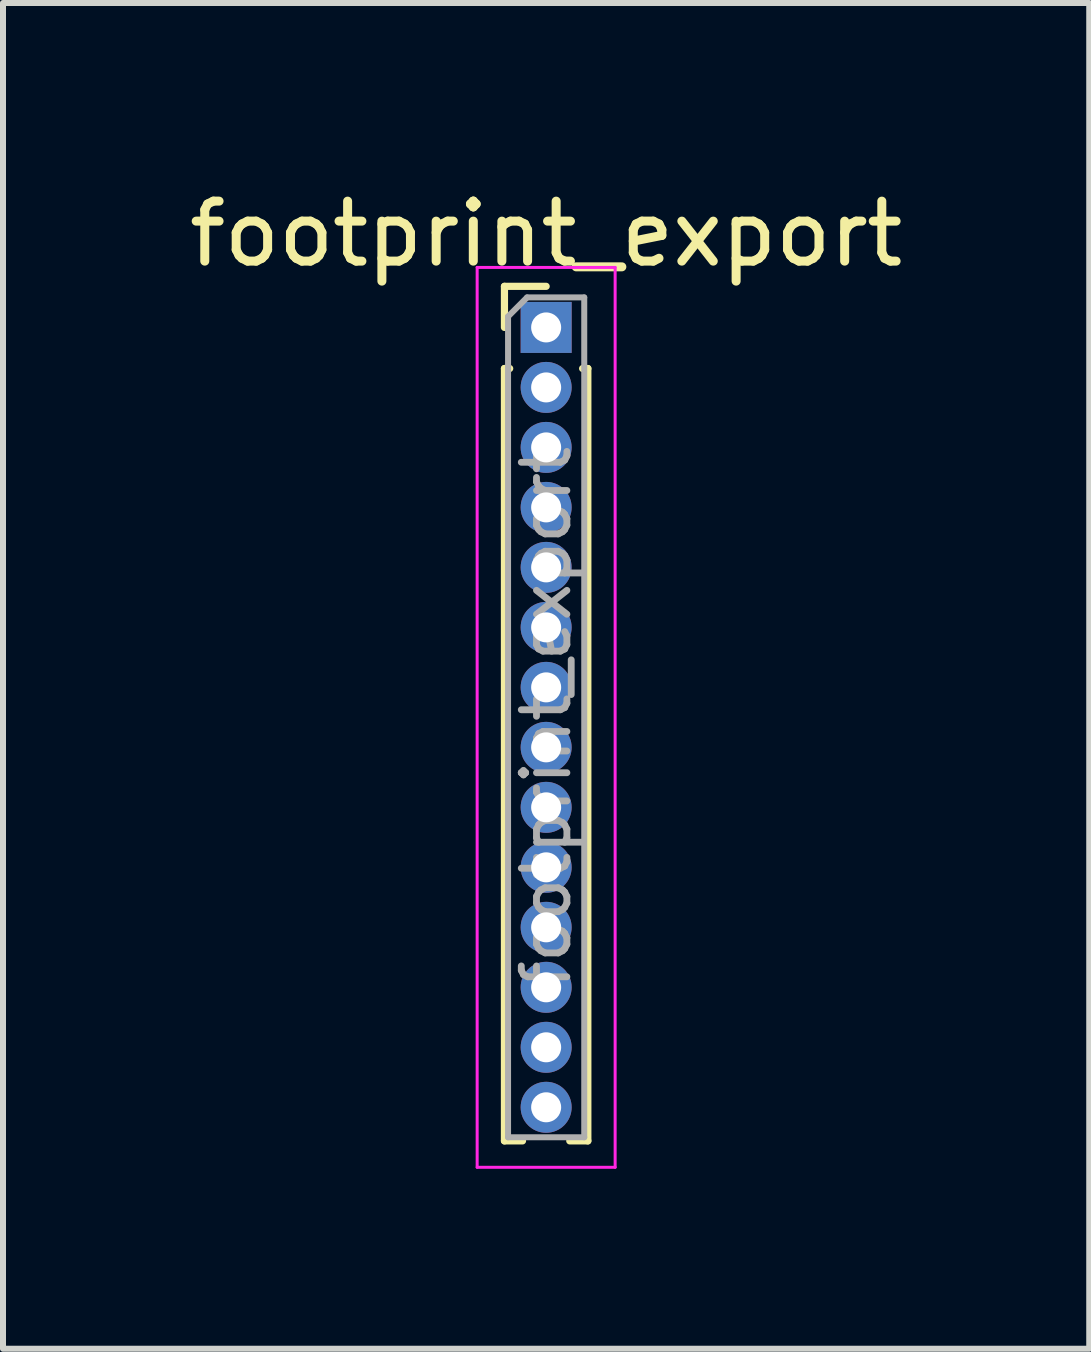
<source format=kicad_pcb>
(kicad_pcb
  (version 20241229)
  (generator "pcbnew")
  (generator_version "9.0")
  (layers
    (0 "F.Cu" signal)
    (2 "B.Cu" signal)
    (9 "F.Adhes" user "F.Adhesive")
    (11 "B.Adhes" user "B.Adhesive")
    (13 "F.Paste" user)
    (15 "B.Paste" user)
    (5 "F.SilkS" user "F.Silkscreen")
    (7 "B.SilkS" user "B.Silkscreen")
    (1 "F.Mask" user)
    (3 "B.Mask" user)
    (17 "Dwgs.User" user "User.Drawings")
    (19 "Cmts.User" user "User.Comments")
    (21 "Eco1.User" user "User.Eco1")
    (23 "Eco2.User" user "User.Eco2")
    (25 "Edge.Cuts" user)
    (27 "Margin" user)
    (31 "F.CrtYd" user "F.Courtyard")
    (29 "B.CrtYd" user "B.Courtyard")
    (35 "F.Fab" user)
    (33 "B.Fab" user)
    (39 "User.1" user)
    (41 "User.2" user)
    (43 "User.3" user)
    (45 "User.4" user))
  (footprint "footprint_export"
    (layer "F.Cu")
    (at 6.054 2.408)
    (property "Reference" "footprint_export" (at 0 -1.56 0) (layer "F.SilkS") (effects (font (size 1 1) (thickness 0.15))))
    (attr through_hole)
    (fp_line (start -0.695 -0.685) (end 0 -0.685) (stroke (width 0.12) (type solid)) (layer "F.SilkS"))
    (fp_line (start -0.695 0) (end -0.695 -0.685) (stroke (width 0.12) (type solid)) (layer "F.SilkS"))
    (fp_line (start -0.695 0.685) (end -0.695 13.56) (stroke (width 0.12) (type solid)) (layer "F.SilkS"))
    (fp_line (start -0.695 0.685) (end -0.608 0.685) (stroke (width 0.12) (type solid)) (layer "F.SilkS"))
    (fp_line (start -0.695 13.56) (end -0.394 13.56) (stroke (width 0.12) (type solid)) (layer "F.SilkS"))
    (fp_line (start 0.394 13.56) (end 0.695 13.56) (stroke (width 0.12) (type solid)) (layer "F.SilkS"))
    (fp_line (start 0.608 0.685) (end 0.695 0.685) (stroke (width 0.12) (type solid)) (layer "F.SilkS"))
    (fp_line (start 0.695 0.685) (end 0.695 13.56) (stroke (width 0.12) (type solid)) (layer "F.SilkS"))
    (fp_line (start -1.15 -1) (end -1.15 14) (stroke (width 0.05) (type solid)) (layer "F.CrtYd"))
    (fp_line (start -1.15 14) (end 1.15 14) (stroke (width 0.05) (type solid)) (layer "F.CrtYd"))
    (fp_line (start 1.15 -1) (end -1.15 -1) (stroke (width 0.05) (type solid)) (layer "F.CrtYd"))
    (fp_line (start 1.15 14) (end 1.15 -1) (stroke (width 0.05) (type solid)) (layer "F.CrtYd"))
    (fp_line (start -0.635 -0.182) (end -0.318 -0.5) (stroke (width 0.1) (type solid)) (layer "F.Fab"))
    (fp_line (start -0.635 13.5) (end -0.635 -0.182) (stroke (width 0.1) (type solid)) (layer "F.Fab"))
    (fp_line (start -0.318 -0.5) (end 0.635 -0.5) (stroke (width 0.1) (type solid)) (layer "F.Fab"))
    (fp_line (start 0.635 -0.5) (end 0.635 13.5) (stroke (width 0.1) (type solid)) (layer "F.Fab"))
    (fp_line (start 0.635 13.5) (end -0.635 13.5) (stroke (width 0.1) (type solid)) (layer "F.Fab"))
    (fp_text user "${REFERENCE}" (at 0 6.5 90) (layer "F.Fab") (effects (font (size 0.76 0.76) (thickness 0.114))))
    (pad "1" thru_hole rect (at 0 0) (size 0.85 0.85) (drill 0.5) (layers "*.Cu" "*.Mask"))
    (pad "2" thru_hole oval (at 0 1) (size 0.85 0.85) (drill 0.5) (layers "*.Cu" "*.Mask"))
    (pad "3" thru_hole oval (at 0 2) (size 0.85 0.85) (drill 0.5) (layers "*.Cu" "*.Mask"))
    (pad "4" thru_hole oval (at 0 3) (size 0.85 0.85) (drill 0.5) (layers "*.Cu" "*.Mask"))
    (pad "5" thru_hole oval (at 0 4) (size 0.85 0.85) (drill 0.5) (layers "*.Cu" "*.Mask"))
    (pad "6" thru_hole oval (at 0 5) (size 0.85 0.85) (drill 0.5) (layers "*.Cu" "*.Mask"))
    (pad "7" thru_hole oval (at 0 6) (size 0.85 0.85) (drill 0.5) (layers "*.Cu" "*.Mask"))
    (pad "8" thru_hole oval (at 0 7) (size 0.85 0.85) (drill 0.5) (layers "*.Cu" "*.Mask"))
    (pad "9" thru_hole oval (at 0 8) (size 0.85 0.85) (drill 0.5) (layers "*.Cu" "*.Mask"))
    (pad "10" thru_hole oval (at 0 9) (size 0.85 0.85) (drill 0.5) (layers "*.Cu" "*.Mask"))
    (pad "11" thru_hole oval (at 0 10) (size 0.85 0.85) (drill 0.5) (layers "*.Cu" "*.Mask"))
    (pad "12" thru_hole oval (at 0 11) (size 0.85 0.85) (drill 0.5) (layers "*.Cu" "*.Mask"))
    (pad "13" thru_hole oval (at 0 12) (size 0.85 0.85) (drill 0.5) (layers "*.Cu" "*.Mask"))
    (pad "14" thru_hole oval (at 0 13) (size 0.85 0.85) (drill 0.5) (layers "*.Cu" "*.Mask")))
  (gr_rect
    (start -3 -3)
    (end 15.107 19.433)
    (stroke (width 0.1) (type default))
    (fill no)
    (layer "Edge.Cuts")))
</source>
